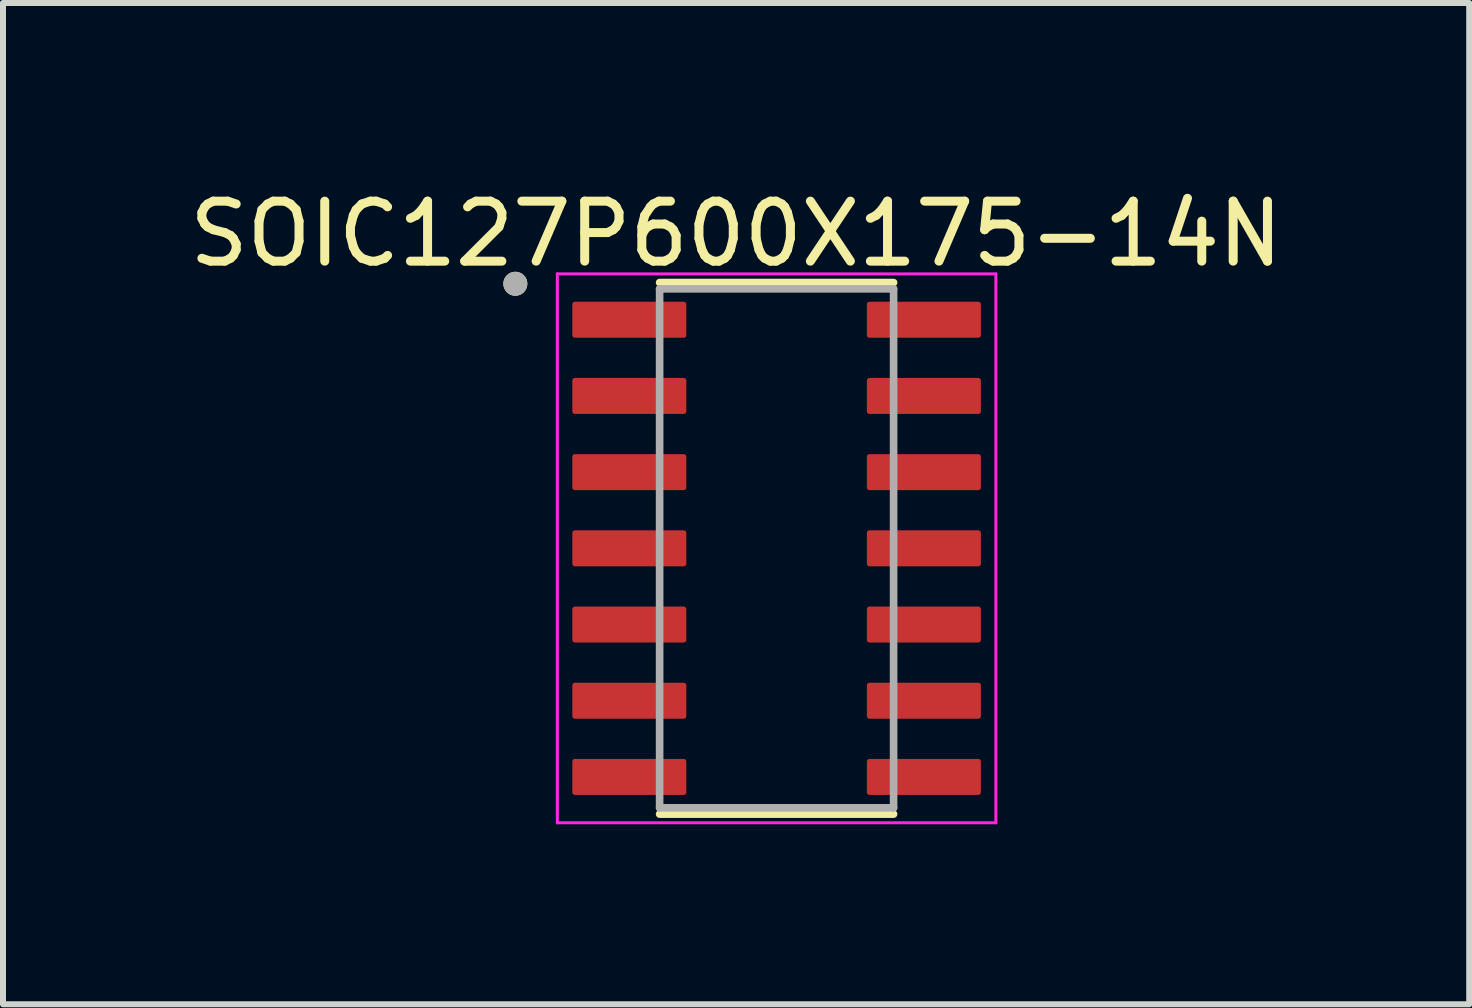
<source format=kicad_pcb>
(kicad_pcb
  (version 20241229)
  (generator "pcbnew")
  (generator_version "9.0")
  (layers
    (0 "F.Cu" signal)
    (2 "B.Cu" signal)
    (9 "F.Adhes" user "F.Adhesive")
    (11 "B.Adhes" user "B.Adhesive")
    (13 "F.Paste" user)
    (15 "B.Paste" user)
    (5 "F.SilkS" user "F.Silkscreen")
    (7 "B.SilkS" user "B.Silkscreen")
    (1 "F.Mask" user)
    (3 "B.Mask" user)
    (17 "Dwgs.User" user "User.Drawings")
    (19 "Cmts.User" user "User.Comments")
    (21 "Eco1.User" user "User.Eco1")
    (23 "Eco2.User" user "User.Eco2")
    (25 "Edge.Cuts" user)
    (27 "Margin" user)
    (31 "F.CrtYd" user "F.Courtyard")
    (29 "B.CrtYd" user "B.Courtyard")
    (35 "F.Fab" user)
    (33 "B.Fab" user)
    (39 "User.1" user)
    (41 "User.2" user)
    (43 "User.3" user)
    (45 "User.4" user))
  (footprint "SOIC127P600X175-14N"
    (layer "F.Cu")
    (at 9.895 6.09)
    (property "Reference" "SOIC127P600X175-14N" (at -0.675 -5.242 0) (layer "F.SilkS") (effects (font (size 1 1) (thickness 0.15))))
    (attr smd)
    (fp_line (start -1.95 -4.43) (end 1.95 -4.43) (stroke (width 0.127) (type solid)) (layer "F.SilkS"))
    (fp_line (start -1.95 4.43) (end 1.95 4.43) (stroke (width 0.127) (type solid)) (layer "F.SilkS"))
    (fp_circle (center -4.355 -4.41) (end -4.255 -4.41) (stroke (width 0.2) (type solid)) (fill no) (layer "F.SilkS"))
    (fp_line (start -3.655 -4.575) (end -3.655 4.575) (stroke (width 0.05) (type solid)) (layer "F.CrtYd"))
    (fp_line (start -3.655 -4.575) (end 3.655 -4.575) (stroke (width 0.05) (type solid)) (layer "F.CrtYd"))
    (fp_line (start -3.655 4.575) (end 3.655 4.575) (stroke (width 0.05) (type solid)) (layer "F.CrtYd"))
    (fp_line (start 3.655 -4.575) (end 3.655 4.575) (stroke (width 0.05) (type solid)) (layer "F.CrtYd"))
    (fp_line (start -1.95 -4.325) (end -1.95 4.325) (stroke (width 0.127) (type solid)) (layer "F.Fab"))
    (fp_line (start -1.95 -4.325) (end 1.95 -4.325) (stroke (width 0.127) (type solid)) (layer "F.Fab"))
    (fp_line (start -1.95 4.325) (end 1.95 4.325) (stroke (width 0.127) (type solid)) (layer "F.Fab"))
    (fp_line (start 1.95 -4.325) (end 1.95 4.325) (stroke (width 0.127) (type solid)) (layer "F.Fab"))
    (fp_circle (center -4.355 -4.41) (end -4.255 -4.41) (stroke (width 0.2) (type solid)) (fill no) (layer "F.Fab"))
    (pad "1" smd roundrect (at -2.455 -3.81) (size 1.9 0.6) (layers "F.Cu" "F.Mask" "F.Paste") (roundrect_rratio 0.07))
    (pad "2" smd roundrect (at -2.455 -2.54) (size 1.9 0.6) (layers "F.Cu" "F.Mask" "F.Paste") (roundrect_rratio 0.07))
    (pad "3" smd roundrect (at -2.455 -1.27) (size 1.9 0.6) (layers "F.Cu" "F.Mask" "F.Paste") (roundrect_rratio 0.07))
    (pad "4" smd roundrect (at -2.455 0) (size 1.9 0.6) (layers "F.Cu" "F.Mask" "F.Paste") (roundrect_rratio 0.07))
    (pad "5" smd roundrect (at -2.455 1.27) (size 1.9 0.6) (layers "F.Cu" "F.Mask" "F.Paste") (roundrect_rratio 0.07))
    (pad "6" smd roundrect (at -2.455 2.54) (size 1.9 0.6) (layers "F.Cu" "F.Mask" "F.Paste") (roundrect_rratio 0.07))
    (pad "7" smd roundrect (at -2.455 3.81) (size 1.9 0.6) (layers "F.Cu" "F.Mask" "F.Paste") (roundrect_rratio 0.07))
    (pad "8" smd roundrect (at 2.455 3.81) (size 1.9 0.6) (layers "F.Cu" "F.Mask" "F.Paste") (roundrect_rratio 0.07))
    (pad "9" smd roundrect (at 2.455 2.54) (size 1.9 0.6) (layers "F.Cu" "F.Mask" "F.Paste") (roundrect_rratio 0.07))
    (pad "10" smd roundrect (at 2.455 1.27) (size 1.9 0.6) (layers "F.Cu" "F.Mask" "F.Paste") (roundrect_rratio 0.07))
    (pad "11" smd roundrect (at 2.455 0) (size 1.9 0.6) (layers "F.Cu" "F.Mask" "F.Paste") (roundrect_rratio 0.07))
    (pad "12" smd roundrect (at 2.455 -1.27) (size 1.9 0.6) (layers "F.Cu" "F.Mask" "F.Paste") (roundrect_rratio 0.07))
    (pad "13" smd roundrect (at 2.455 -2.54) (size 1.9 0.6) (layers "F.Cu" "F.Mask" "F.Paste") (roundrect_rratio 0.07))
    (pad "14" smd roundrect (at 2.455 -3.81) (size 1.9 0.6) (layers "F.Cu" "F.Mask" "F.Paste") (roundrect_rratio 0.07)))
  (gr_rect
    (start -3 -3)
    (end 21.44 13.69)
    (stroke (width 0.1) (type default))
    (fill no)
    (layer "Edge.Cuts")))
</source>
